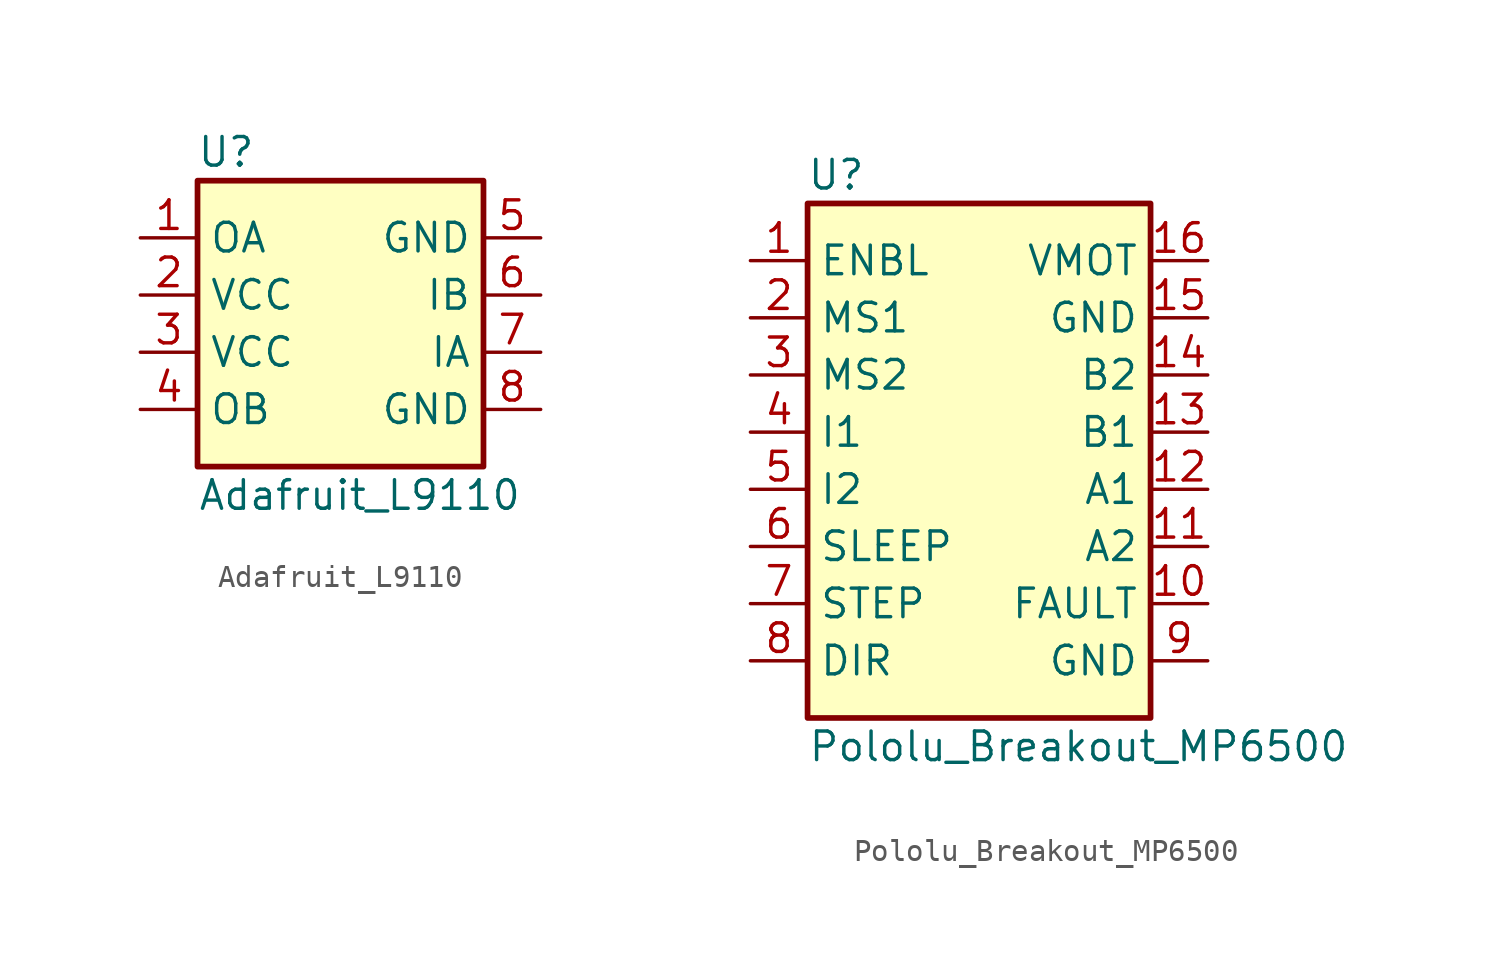
<source format=kicad_sym>
(kicad_symbol_lib
  (version 20220914)
  (generator kicad_symbol_editor)
  (symbol "Adafruit_L9110"
    (property "Reference" "U"
      (at -5.08 7.62 0)
      (effects (font (size 1.27 1.27))))
    (property "Value" "Adafruit_L9110"
      (at -6.35 -7.62 0)
      (effects (font (size 1.27 1.27)) (justify left)))
    (symbol "Adafruit_L9110_0_1"
      (rectangle (start -6.35 6.35) (end 6.35 -6.35) (stroke (width 0.254) (type default)) (fill (type background))))
    (symbol "Adafruit_L9110_1_1"
      (pin output line (at -8.89 3.81 0) (length 2.54) (name "OA" (effects (font (size 1.27 1.27)))) (number "1" (effects (font (size 1.27 1.27)))))
      (pin power_in line (at -8.89 1.27 0) (length 2.54) (name "VCC" (effects (font (size 1.27 1.27)))) (number "2" (effects (font (size 1.27 1.27)))))
      (pin power_in line (at -8.89 -1.27 0) (length 2.54) (name "VCC" (effects (font (size 1.27 1.27)))) (number "3" (effects (font (size 1.27 1.27)))))
      (pin output line (at -8.89 -3.81 0) (length 2.54) (name "OB" (effects (font (size 1.27 1.27)))) (number "4" (effects (font (size 1.27 1.27)))))
      (pin power_in line (at 8.89 3.81 180) (length 2.54) (name "GND" (effects (font (size 1.27 1.27)))) (number "5" (effects (font (size 1.27 1.27)))))
      (pin input line (at 8.89 1.27 180) (length 2.54) (name "IB" (effects (font (size 1.27 1.27)))) (number "6" (effects (font (size 1.27 1.27)))))
      (pin input line (at 8.89 -1.27 180) (length 2.54) (name "IA" (effects (font (size 1.27 1.27)))) (number "7" (effects (font (size 1.27 1.27)))))
      (pin power_in line (at 8.89 -3.81 180) (length 2.54) (name "GND" (effects (font (size 1.27 1.27)))) (number "8" (effects (font (size 1.27 1.27)))))))
  (symbol "Pololu_Breakout_MP6500"
    (property "Reference" "U"
      (at -6.35 12.7 0)
      (effects (font (size 1.27 1.27))))
    (property "Value" "Pololu_Breakout_MP6500"
      (at -7.62 -12.7 0)
      (effects (font (size 1.27 1.27)) (justify left)))
    (symbol "Pololu_Breakout_MP6500_0_1"
      (rectangle (start -7.62 11.43) (end 7.62 -11.43) (stroke (width 0.254) (type default)) (fill (type background))))
    (symbol "Pololu_Breakout_MP6500_1_1"
      (pin input line (at -10.16 8.89 0) (length 2.54) (name "ENBL" (effects (font (size 1.27 1.27)))) (number "1" (effects (font (size 1.27 1.27)))))
      (pin input line (at 10.16 -6.35 180) (length 2.54) (name "FAULT" (effects (font (size 1.27 1.27)))) (number "10" (effects (font (size 1.27 1.27)))))
      (pin output line (at 10.16 -3.81 180) (length 2.54) (name "A2" (effects (font (size 1.27 1.27)))) (number "11" (effects (font (size 1.27 1.27)))))
      (pin output line (at 10.16 -1.27 180) (length 2.54) (name "A1" (effects (font (size 1.27 1.27)))) (number "12" (effects (font (size 1.27 1.27)))))
      (pin output line (at 10.16 1.27 180) (length 2.54) (name "B1" (effects (font (size 1.27 1.27)))) (number "13" (effects (font (size 1.27 1.27)))))
      (pin output line (at 10.16 3.81 180) (length 2.54) (name "B2" (effects (font (size 1.27 1.27)))) (number "14" (effects (font (size 1.27 1.27)))))
      (pin power_in line (at 10.16 6.35 180) (length 2.54) (name "GND" (effects (font (size 1.27 1.27)))) (number "15" (effects (font (size 1.27 1.27)))))
      (pin power_in line (at 10.16 8.89 180) (length 2.54) (name "VMOT" (effects (font (size 1.27 1.27)))) (number "16" (effects (font (size 1.27 1.27)))))
      (pin input line (at -10.16 6.35 0) (length 2.54) (name "MS1" (effects (font (size 1.27 1.27)))) (number "2" (effects (font (size 1.27 1.27)))))
      (pin input line (at -10.16 3.81 0) (length 2.54) (name "MS2" (effects (font (size 1.27 1.27)))) (number "3" (effects (font (size 1.27 1.27)))))
      (pin input line (at -10.16 1.27 0) (length 2.54) (name "I1" (effects (font (size 1.27 1.27)))) (number "4" (effects (font (size 1.27 1.27)))))
      (pin input line (at -10.16 -1.27 0) (length 2.54) (name "I2" (effects (font (size 1.27 1.27)))) (number "5" (effects (font (size 1.27 1.27)))))
      (pin input line (at -10.16 -3.81 0) (length 2.54) (name "SLEEP" (effects (font (size 1.27 1.27)))) (number "6" (effects (font (size 1.27 1.27)))))
      (pin input line (at -10.16 -6.35 0) (length 2.54) (name "STEP" (effects (font (size 1.27 1.27)))) (number "7" (effects (font (size 1.27 1.27)))))
      (pin input line (at -10.16 -8.89 0) (length 2.54) (name "DIR" (effects (font (size 1.27 1.27)))) (number "8" (effects (font (size 1.27 1.27)))))
      (pin power_in line (at 10.16 -8.89 180) (length 2.54) (name "GND" (effects (font (size 1.27 1.27)))) (number "9" (effects (font (size 1.27 1.27))))))))
</source>
